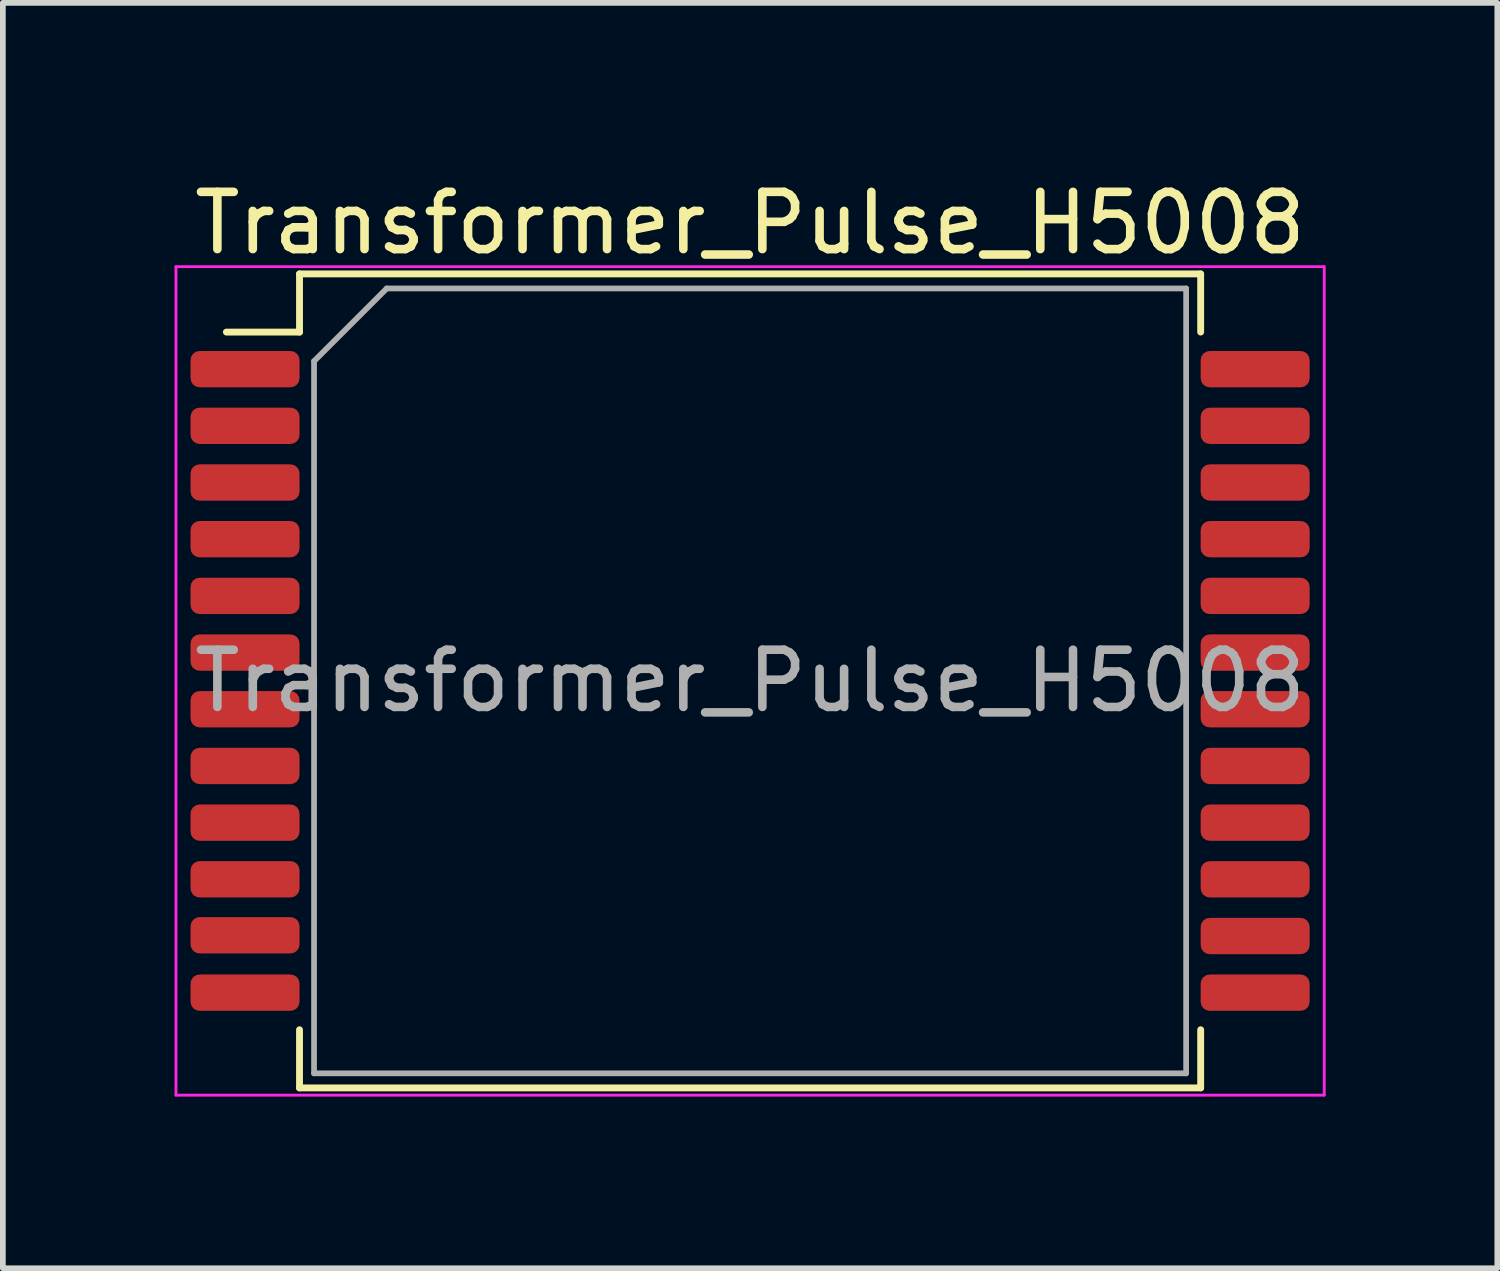
<source format=kicad_pcb>
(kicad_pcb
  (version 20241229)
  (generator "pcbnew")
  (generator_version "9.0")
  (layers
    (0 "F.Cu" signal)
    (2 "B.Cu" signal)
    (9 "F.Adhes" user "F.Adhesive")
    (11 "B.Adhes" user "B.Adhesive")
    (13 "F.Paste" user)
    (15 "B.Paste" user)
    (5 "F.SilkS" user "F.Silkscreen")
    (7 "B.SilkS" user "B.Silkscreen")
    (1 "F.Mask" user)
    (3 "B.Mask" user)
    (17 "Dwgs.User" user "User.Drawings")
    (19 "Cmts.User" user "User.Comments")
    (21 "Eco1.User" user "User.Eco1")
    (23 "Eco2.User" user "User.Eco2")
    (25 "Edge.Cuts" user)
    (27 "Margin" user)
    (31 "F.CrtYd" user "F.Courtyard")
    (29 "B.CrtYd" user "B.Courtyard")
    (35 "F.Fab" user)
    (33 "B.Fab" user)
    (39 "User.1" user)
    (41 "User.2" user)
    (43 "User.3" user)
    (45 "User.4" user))
  (footprint "Transformer_Pulse_H5008"
    (layer "F.Cu")
    (at 10.058 8.849)
    (property "Reference" "Transformer_Pulse_H5008" (at 0 -8.001 0) (layer "F.SilkS") (effects (font (size 1 1) (thickness 0.15))))
    (attr smd)
    (fp_line (start -7.874 -7.112) (end -7.874 -6.096) (stroke (width 0.12) (type solid)) (layer "F.SilkS"))
    (fp_line (start -7.874 -6.096) (end -9.152 -6.096) (stroke (width 0.12) (type solid)) (layer "F.SilkS"))
    (fp_line (start -7.874 7.112) (end -7.874 6.096) (stroke (width 0.12) (type solid)) (layer "F.SilkS"))
    (fp_line (start 7.874 -7.112) (end -7.874 -7.112) (stroke (width 0.12) (type solid)) (layer "F.SilkS"))
    (fp_line (start 7.874 -6.096) (end 7.874 -7.112) (stroke (width 0.12) (type solid)) (layer "F.SilkS"))
    (fp_line (start 7.874 7.112) (end -7.874 7.112) (stroke (width 0.12) (type solid)) (layer "F.SilkS"))
    (fp_line (start 7.874 7.112) (end 7.874 6.096) (stroke (width 0.12) (type solid)) (layer "F.SilkS"))
    (fp_line (start -10.033 -7.239) (end 10.033 -7.239) (stroke (width 0.05) (type solid)) (layer "F.CrtYd"))
    (fp_line (start -10.033 7.239) (end -10.033 -7.239) (stroke (width 0.05) (type solid)) (layer "F.CrtYd"))
    (fp_line (start -10.033 7.239) (end 10.033 7.239) (stroke (width 0.05) (type solid)) (layer "F.CrtYd"))
    (fp_line (start 10.033 -7.239) (end 10.033 7.239) (stroke (width 0.05) (type solid)) (layer "F.CrtYd"))
    (fp_line (start -7.62 -5.588) (end -7.62 6.858) (stroke (width 0.1) (type solid)) (layer "F.Fab"))
    (fp_line (start -7.62 -5.588) (end -6.35 -6.858) (stroke (width 0.1) (type solid)) (layer "F.Fab"))
    (fp_line (start -7.62 6.858) (end 7.62 6.858) (stroke (width 0.1) (type solid)) (layer "F.Fab"))
    (fp_line (start -6.35 -6.858) (end 7.62 -6.858) (stroke (width 0.1) (type solid)) (layer "F.Fab"))
    (fp_line (start 7.62 -6.858) (end 7.62 6.858) (stroke (width 0.1) (type solid)) (layer "F.Fab"))
    (fp_text user "${REFERENCE}" (at 0 0 0) (layer "F.Fab") (effects (font (size 1 1) (thickness 0.15))))
    (pad "1" smd roundrect (at -8.826 -5.448) (size 1.905 0.635) (layers "F.Cu" "F.Mask" "F.Paste") (roundrect_rratio 0.25))
    (pad "2" smd roundrect (at -8.826 -4.458) (size 1.905 0.635) (layers "F.Cu" "F.Mask" "F.Paste") (roundrect_rratio 0.25))
    (pad "3" smd roundrect (at -8.826 -3.467) (size 1.905 0.635) (layers "F.Cu" "F.Mask" "F.Paste") (roundrect_rratio 0.25))
    (pad "4" smd roundrect (at -8.826 -2.477) (size 1.905 0.635) (layers "F.Cu" "F.Mask" "F.Paste") (roundrect_rratio 0.25))
    (pad "5" smd roundrect (at -8.826 -1.486) (size 1.905 0.635) (layers "F.Cu" "F.Mask" "F.Paste") (roundrect_rratio 0.25))
    (pad "6" smd roundrect (at -8.826 -0.495) (size 1.905 0.635) (layers "F.Cu" "F.Mask" "F.Paste") (roundrect_rratio 0.25))
    (pad "7" smd roundrect (at -8.826 0.495) (size 1.905 0.635) (layers "F.Cu" "F.Mask" "F.Paste") (roundrect_rratio 0.25))
    (pad "8" smd roundrect (at -8.826 1.486) (size 1.905 0.635) (layers "F.Cu" "F.Mask" "F.Paste") (roundrect_rratio 0.25))
    (pad "9" smd roundrect (at -8.826 2.477) (size 1.905 0.635) (layers "F.Cu" "F.Mask" "F.Paste") (roundrect_rratio 0.25))
    (pad "10" smd roundrect (at -8.826 3.467) (size 1.905 0.635) (layers "F.Cu" "F.Mask" "F.Paste") (roundrect_rratio 0.25))
    (pad "11" smd roundrect (at -8.826 4.445) (size 1.905 0.635) (layers "F.Cu" "F.Mask" "F.Paste") (roundrect_rratio 0.25))
    (pad "12" smd roundrect (at -8.826 5.448) (size 1.905 0.635) (layers "F.Cu" "F.Mask" "F.Paste") (roundrect_rratio 0.25))
    (pad "13" smd roundrect (at 8.826 5.448) (size 1.905 0.635) (layers "F.Cu" "F.Mask" "F.Paste") (roundrect_rratio 0.25))
    (pad "14" smd roundrect (at 8.826 4.458) (size 1.905 0.635) (layers "F.Cu" "F.Mask" "F.Paste") (roundrect_rratio 0.25))
    (pad "15" smd roundrect (at 8.826 3.467) (size 1.905 0.635) (layers "F.Cu" "F.Mask" "F.Paste") (roundrect_rratio 0.25))
    (pad "16" smd roundrect (at 8.826 2.477) (size 1.905 0.635) (layers "F.Cu" "F.Mask" "F.Paste") (roundrect_rratio 0.25))
    (pad "17" smd roundrect (at 8.826 1.486) (size 1.905 0.635) (layers "F.Cu" "F.Mask" "F.Paste") (roundrect_rratio 0.25))
    (pad "18" smd roundrect (at 8.826 0.495) (size 1.905 0.635) (layers "F.Cu" "F.Mask" "F.Paste") (roundrect_rratio 0.25))
    (pad "19" smd roundrect (at 8.826 -0.495) (size 1.905 0.635) (layers "F.Cu" "F.Mask" "F.Paste") (roundrect_rratio 0.25))
    (pad "20" smd roundrect (at 8.826 -1.486) (size 1.905 0.635) (layers "F.Cu" "F.Mask" "F.Paste") (roundrect_rratio 0.25))
    (pad "21" smd roundrect (at 8.826 -2.477) (size 1.905 0.635) (layers "F.Cu" "F.Mask" "F.Paste") (roundrect_rratio 0.25))
    (pad "22" smd roundrect (at 8.826 -3.467) (size 1.905 0.635) (layers "F.Cu" "F.Mask" "F.Paste") (roundrect_rratio 0.25))
    (pad "23" smd roundrect (at 8.826 -4.458) (size 1.905 0.635) (layers "F.Cu" "F.Mask" "F.Paste") (roundrect_rratio 0.25))
    (pad "24" smd roundrect (at 8.826 -5.448) (size 1.905 0.635) (layers "F.Cu" "F.Mask" "F.Paste") (roundrect_rratio 0.25)))
  (gr_rect
    (start -3 -3)
    (end 23.116 19.113)
    (stroke (width 0.1) (type default))
    (fill no)
    (layer "Edge.Cuts")))
</source>
